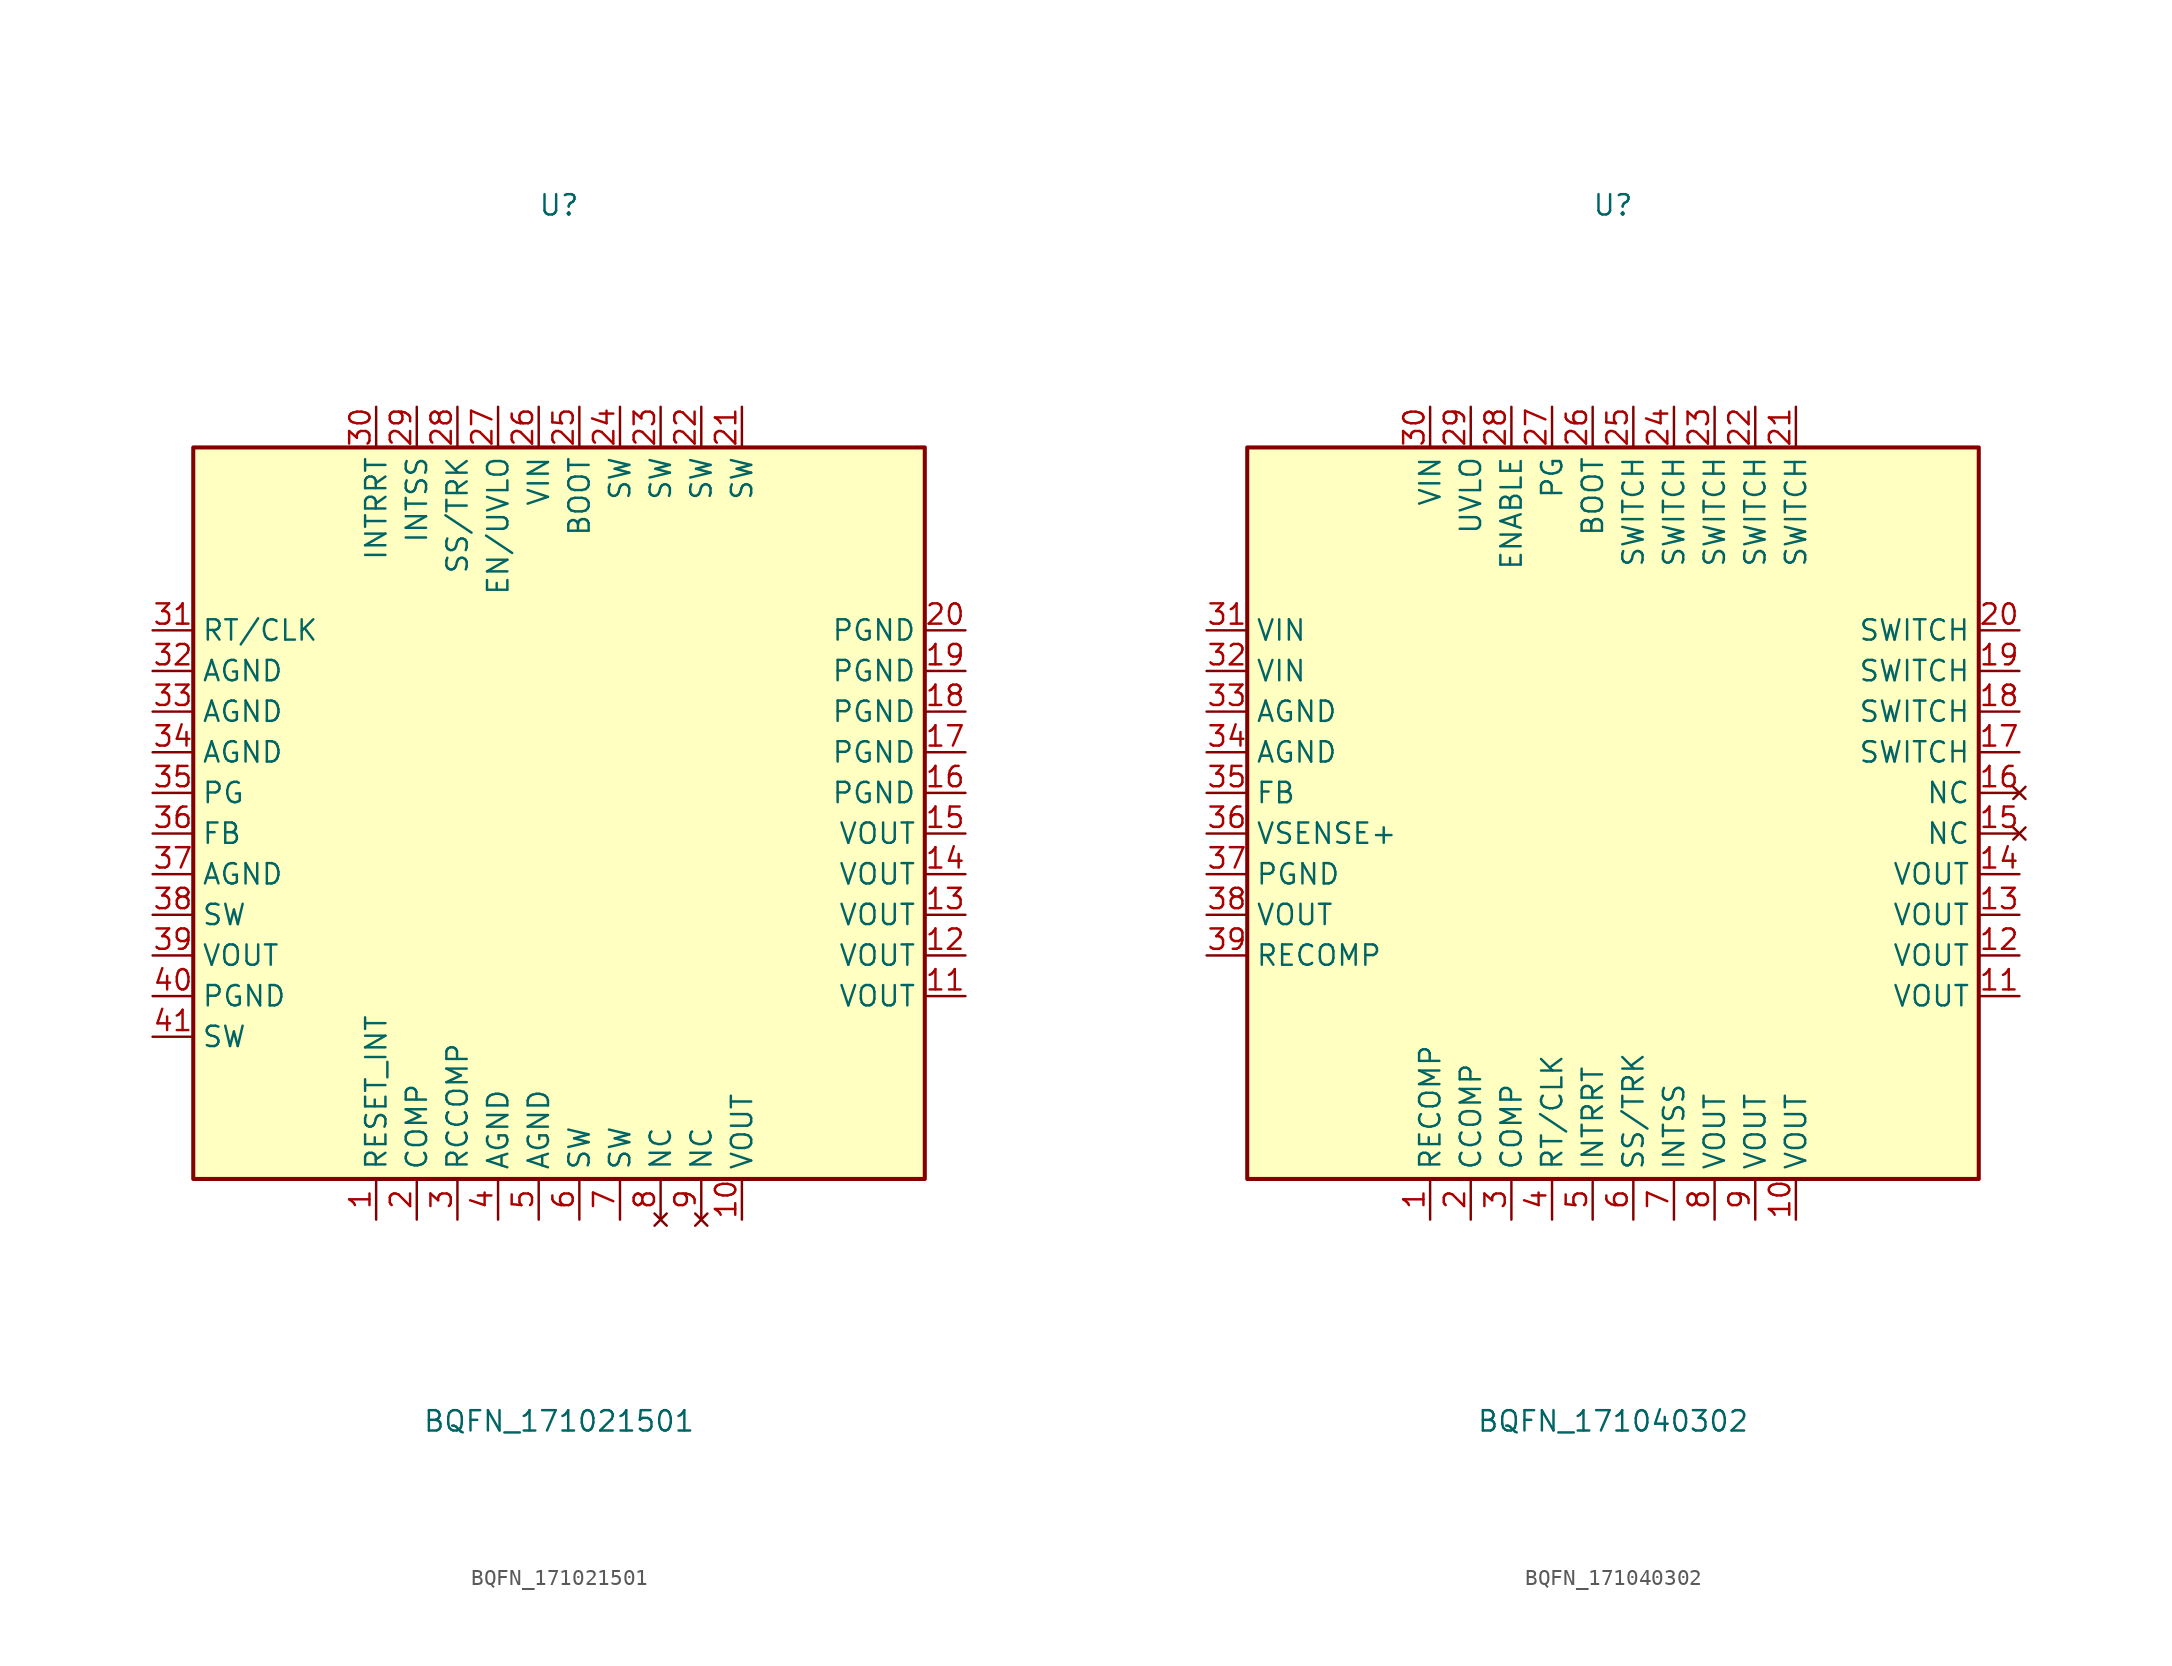
<source format=kicad_sym>
(kicad_symbol_lib
  (version 20220914)
  (generator kicad_symbol_editor)
  (symbol "BQFN_171021501"
    (property "Reference" "U"
      (at 0 38 0)
      (effects (font (size 1.27 1.27))))
    (property "Value" "BQFN_171021501"
      (at 0 -38 0)
      (effects (font (size 1.27 1.27))))
    (symbol "BQFN_171021501_1_1"
      (rectangle (start -22.86 22.86) (end 22.86 -22.86) (stroke (width 0.254) (type solid)) (fill (type background)))
      (pin input line (at -11.43 -25.4 90) (length 2.54) (name "RESET_INT" (effects (font (size 1.27 1.27)))) (number "1" (effects (font (size 1.27 1.27)))))
      (pin power_out line (at 11.43 -25.4 90) (length 2.54) (name "VOUT" (effects (font (size 1.27 1.27)))) (number "10" (effects (font (size 1.27 1.27)))))
      (pin power_out line (at 25.4 -11.43 180) (length 2.54) (name "VOUT" (effects (font (size 1.27 1.27)))) (number "11" (effects (font (size 1.27 1.27)))))
      (pin power_out line (at 25.4 -8.89 180) (length 2.54) (name "VOUT" (effects (font (size 1.27 1.27)))) (number "12" (effects (font (size 1.27 1.27)))))
      (pin power_out line (at 25.4 -6.35 180) (length 2.54) (name "VOUT" (effects (font (size 1.27 1.27)))) (number "13" (effects (font (size 1.27 1.27)))))
      (pin power_out line (at 25.4 -3.81 180) (length 2.54) (name "VOUT" (effects (font (size 1.27 1.27)))) (number "14" (effects (font (size 1.27 1.27)))))
      (pin power_out line (at 25.4 -1.27 180) (length 2.54) (name "VOUT" (effects (font (size 1.27 1.27)))) (number "15" (effects (font (size 1.27 1.27)))))
      (pin power_in line (at 25.4 1.27 180) (length 2.54) (name "PGND" (effects (font (size 1.27 1.27)))) (number "16" (effects (font (size 1.27 1.27)))))
      (pin power_in line (at 25.4 3.81 180) (length 2.54) (name "PGND" (effects (font (size 1.27 1.27)))) (number "17" (effects (font (size 1.27 1.27)))))
      (pin power_in line (at 25.4 6.35 180) (length 2.54) (name "PGND" (effects (font (size 1.27 1.27)))) (number "18" (effects (font (size 1.27 1.27)))))
      (pin power_in line (at 25.4 8.89 180) (length 2.54) (name "PGND" (effects (font (size 1.27 1.27)))) (number "19" (effects (font (size 1.27 1.27)))))
      (pin output line (at -8.89 -25.4 90) (length 2.54) (name "COMP" (effects (font (size 1.27 1.27)))) (number "2" (effects (font (size 1.27 1.27)))))
      (pin power_in line (at 25.4 11.43 180) (length 2.54) (name "PGND" (effects (font (size 1.27 1.27)))) (number "20" (effects (font (size 1.27 1.27)))))
      (pin power_in line (at 11.43 25.4 270) (length 2.54) (name "SW" (effects (font (size 1.27 1.27)))) (number "21" (effects (font (size 1.27 1.27)))))
      (pin power_in line (at 8.89 25.4 270) (length 2.54) (name "SW" (effects (font (size 1.27 1.27)))) (number "22" (effects (font (size 1.27 1.27)))))
      (pin power_in line (at 6.35 25.4 270) (length 2.54) (name "SW" (effects (font (size 1.27 1.27)))) (number "23" (effects (font (size 1.27 1.27)))))
      (pin power_in line (at 3.81 25.4 270) (length 2.54) (name "SW" (effects (font (size 1.27 1.27)))) (number "24" (effects (font (size 1.27 1.27)))))
      (pin input line (at 1.27 25.4 270) (length 2.54) (name "BOOT" (effects (font (size 1.27 1.27)))) (number "25" (effects (font (size 1.27 1.27)))))
      (pin power_in line (at -1.27 25.4 270) (length 2.54) (name "VIN" (effects (font (size 1.27 1.27)))) (number "26" (effects (font (size 1.27 1.27)))))
      (pin input line (at -3.81 25.4 270) (length 2.54) (name "EN/UVLO" (effects (font (size 1.27 1.27)))) (number "27" (effects (font (size 1.27 1.27)))))
      (pin input line (at -6.35 25.4 270) (length 2.54) (name "SS/TRK" (effects (font (size 1.27 1.27)))) (number "28" (effects (font (size 1.27 1.27)))))
      (pin input line (at -8.89 25.4 270) (length 2.54) (name "INTSS" (effects (font (size 1.27 1.27)))) (number "29" (effects (font (size 1.27 1.27)))))
      (pin input line (at -6.35 -25.4 90) (length 2.54) (name "RCCOMP" (effects (font (size 1.27 1.27)))) (number "3" (effects (font (size 1.27 1.27)))))
      (pin input line (at -11.43 25.4 270) (length 2.54) (name "INTRRT" (effects (font (size 1.27 1.27)))) (number "30" (effects (font (size 1.27 1.27)))))
      (pin input line (at -25.4 11.43 0) (length 2.54) (name "RT/CLK" (effects (font (size 1.27 1.27)))) (number "31" (effects (font (size 1.27 1.27)))))
      (pin power_in line (at -25.4 8.89 0) (length 2.54) (name "AGND" (effects (font (size 1.27 1.27)))) (number "32" (effects (font (size 1.27 1.27)))))
      (pin power_in line (at -25.4 6.35 0) (length 2.54) (name "AGND" (effects (font (size 1.27 1.27)))) (number "33" (effects (font (size 1.27 1.27)))))
      (pin power_in line (at -25.4 3.81 0) (length 2.54) (name "AGND" (effects (font (size 1.27 1.27)))) (number "34" (effects (font (size 1.27 1.27)))))
      (pin output line (at -25.4 1.27 0) (length 2.54) (name "PG" (effects (font (size 1.27 1.27)))) (number "35" (effects (font (size 1.27 1.27)))))
      (pin input line (at -25.4 -1.27 0) (length 2.54) (name "FB" (effects (font (size 1.27 1.27)))) (number "36" (effects (font (size 1.27 1.27)))))
      (pin power_in line (at -25.4 -3.81 0) (length 2.54) (name "AGND" (effects (font (size 1.27 1.27)))) (number "37" (effects (font (size 1.27 1.27)))))
      (pin power_in line (at -25.4 -6.35 0) (length 2.54) (name "SW" (effects (font (size 1.27 1.27)))) (number "38" (effects (font (size 1.27 1.27)))))
      (pin power_out line (at -25.4 -8.89 0) (length 2.54) (name "VOUT" (effects (font (size 1.27 1.27)))) (number "39" (effects (font (size 1.27 1.27)))))
      (pin power_in line (at -3.81 -25.4 90) (length 2.54) (name "AGND" (effects (font (size 1.27 1.27)))) (number "4" (effects (font (size 1.27 1.27)))))
      (pin power_in line (at -25.4 -11.43 0) (length 2.54) (name "PGND" (effects (font (size 1.27 1.27)))) (number "40" (effects (font (size 1.27 1.27)))))
      (pin power_in line (at -25.403 -13.971 0) (length 2.54) (name "SW" (effects (font (size 1.27 1.27)))) (number "41" (effects (font (size 1.27 1.27)))))
      (pin power_in line (at -1.27 -25.4 90) (length 2.54) (name "AGND" (effects (font (size 1.27 1.27)))) (number "5" (effects (font (size 1.27 1.27)))))
      (pin power_in line (at 1.27 -25.4 90) (length 2.54) (name "SW" (effects (font (size 1.27 1.27)))) (number "6" (effects (font (size 1.27 1.27)))))
      (pin power_in line (at 3.81 -25.4 90) (length 2.54) (name "SW" (effects (font (size 1.27 1.27)))) (number "7" (effects (font (size 1.27 1.27)))))
      (pin no_connect line (at 6.35 -25.4 90) (length 2.54) (name "NC" (effects (font (size 1.27 1.27)))) (number "8" (effects (font (size 1.27 1.27)))))
      (pin no_connect line (at 8.89 -25.4 90) (length 2.54) (name "NC" (effects (font (size 1.27 1.27)))) (number "9" (effects (font (size 1.27 1.27)))))))
  (symbol "BQFN_171040302"
    (property "Reference" "U"
      (at 0 38 0)
      (effects (font (size 1.27 1.27))))
    (property "Value" "BQFN_171040302"
      (at 0 -38 0)
      (effects (font (size 1.27 1.27))))
    (symbol "BQFN_171040302_1_1"
      (rectangle (start -22.86 22.86) (end 22.86 -22.86) (stroke (width 0.254) (type solid)) (fill (type background)))
      (pin input line (at -11.43 -25.4 90) (length 2.54) (name "RECOMP" (effects (font (size 1.27 1.27)))) (number "1" (effects (font (size 1.27 1.27)))))
      (pin power_out line (at 11.43 -25.4 90) (length 2.54) (name "VOUT" (effects (font (size 1.27 1.27)))) (number "10" (effects (font (size 1.27 1.27)))))
      (pin power_out line (at 25.4 -11.43 180) (length 2.54) (name "VOUT" (effects (font (size 1.27 1.27)))) (number "11" (effects (font (size 1.27 1.27)))))
      (pin power_out line (at 25.4 -8.89 180) (length 2.54) (name "VOUT" (effects (font (size 1.27 1.27)))) (number "12" (effects (font (size 1.27 1.27)))))
      (pin power_out line (at 25.4 -6.35 180) (length 2.54) (name "VOUT" (effects (font (size 1.27 1.27)))) (number "13" (effects (font (size 1.27 1.27)))))
      (pin power_out line (at 25.4 -3.81 180) (length 2.54) (name "VOUT" (effects (font (size 1.27 1.27)))) (number "14" (effects (font (size 1.27 1.27)))))
      (pin no_connect line (at 25.4 -1.27 180) (length 2.54) (name "NC" (effects (font (size 1.27 1.27)))) (number "15" (effects (font (size 1.27 1.27)))))
      (pin no_connect line (at 25.4 1.27 180) (length 2.54) (name "NC" (effects (font (size 1.27 1.27)))) (number "16" (effects (font (size 1.27 1.27)))))
      (pin power_in line (at 25.4 3.81 180) (length 2.54) (name "SWITCH" (effects (font (size 1.27 1.27)))) (number "17" (effects (font (size 1.27 1.27)))))
      (pin power_in line (at 25.4 6.35 180) (length 2.54) (name "SWITCH" (effects (font (size 1.27 1.27)))) (number "18" (effects (font (size 1.27 1.27)))))
      (pin power_in line (at 25.4 8.89 180) (length 2.54) (name "SWITCH" (effects (font (size 1.27 1.27)))) (number "19" (effects (font (size 1.27 1.27)))))
      (pin input line (at -8.89 -25.4 90) (length 2.54) (name "CCOMP" (effects (font (size 1.27 1.27)))) (number "2" (effects (font (size 1.27 1.27)))))
      (pin power_in line (at 25.4 11.43 180) (length 2.54) (name "SWITCH" (effects (font (size 1.27 1.27)))) (number "20" (effects (font (size 1.27 1.27)))))
      (pin power_in line (at 11.43 25.4 270) (length 2.54) (name "SWITCH" (effects (font (size 1.27 1.27)))) (number "21" (effects (font (size 1.27 1.27)))))
      (pin power_in line (at 8.89 25.4 270) (length 2.54) (name "SWITCH" (effects (font (size 1.27 1.27)))) (number "22" (effects (font (size 1.27 1.27)))))
      (pin power_in line (at 6.35 25.4 270) (length 2.54) (name "SWITCH" (effects (font (size 1.27 1.27)))) (number "23" (effects (font (size 1.27 1.27)))))
      (pin power_in line (at 3.81 25.4 270) (length 2.54) (name "SWITCH" (effects (font (size 1.27 1.27)))) (number "24" (effects (font (size 1.27 1.27)))))
      (pin power_in line (at 1.27 25.4 270) (length 2.54) (name "SWITCH" (effects (font (size 1.27 1.27)))) (number "25" (effects (font (size 1.27 1.27)))))
      (pin input line (at -1.27 25.4 270) (length 2.54) (name "BOOT" (effects (font (size 1.27 1.27)))) (number "26" (effects (font (size 1.27 1.27)))))
      (pin output line (at -3.81 25.4 270) (length 2.54) (name "PG" (effects (font (size 1.27 1.27)))) (number "27" (effects (font (size 1.27 1.27)))))
      (pin input line (at -6.35 25.4 270) (length 2.54) (name "ENABLE" (effects (font (size 1.27 1.27)))) (number "28" (effects (font (size 1.27 1.27)))))
      (pin input line (at -8.89 25.4 270) (length 2.54) (name "UVLO" (effects (font (size 1.27 1.27)))) (number "29" (effects (font (size 1.27 1.27)))))
      (pin output line (at -6.35 -25.4 90) (length 2.54) (name "COMP" (effects (font (size 1.27 1.27)))) (number "3" (effects (font (size 1.27 1.27)))))
      (pin power_in line (at -11.43 25.4 270) (length 2.54) (name "VIN" (effects (font (size 1.27 1.27)))) (number "30" (effects (font (size 1.27 1.27)))))
      (pin power_in line (at -25.4 11.43 0) (length 2.54) (name "VIN" (effects (font (size 1.27 1.27)))) (number "31" (effects (font (size 1.27 1.27)))))
      (pin power_in line (at -25.4 8.89 0) (length 2.54) (name "VIN" (effects (font (size 1.27 1.27)))) (number "32" (effects (font (size 1.27 1.27)))))
      (pin power_in line (at -25.4 6.35 0) (length 2.54) (name "AGND" (effects (font (size 1.27 1.27)))) (number "33" (effects (font (size 1.27 1.27)))))
      (pin power_in line (at -25.4 3.81 0) (length 2.54) (name "AGND" (effects (font (size 1.27 1.27)))) (number "34" (effects (font (size 1.27 1.27)))))
      (pin input line (at -25.4 1.27 0) (length 2.54) (name "FB" (effects (font (size 1.27 1.27)))) (number "35" (effects (font (size 1.27 1.27)))))
      (pin input line (at -25.4 -1.27 0) (length 2.54) (name "VSENSE+" (effects (font (size 1.27 1.27)))) (number "36" (effects (font (size 1.27 1.27)))))
      (pin power_in line (at -25.4 -3.81 0) (length 2.54) (name "PGND" (effects (font (size 1.27 1.27)))) (number "37" (effects (font (size 1.27 1.27)))))
      (pin power_out line (at -25.4 -6.35 0) (length 2.54) (name "VOUT" (effects (font (size 1.27 1.27)))) (number "38" (effects (font (size 1.27 1.27)))))
      (pin bidirectional line (at -25.4 -8.89 0) (length 2.54) (name "RECOMP" (effects (font (size 1.27 1.27)))) (number "39" (effects (font (size 1.27 1.27)))))
      (pin input line (at -3.81 -25.4 90) (length 2.54) (name "RT/CLK" (effects (font (size 1.27 1.27)))) (number "4" (effects (font (size 1.27 1.27)))))
      (pin input line (at -1.27 -25.4 90) (length 2.54) (name "INTRRT" (effects (font (size 1.27 1.27)))) (number "5" (effects (font (size 1.27 1.27)))))
      (pin input line (at 1.27 -25.4 90) (length 2.54) (name "SS/TRK" (effects (font (size 1.27 1.27)))) (number "6" (effects (font (size 1.27 1.27)))))
      (pin input line (at 3.81 -25.4 90) (length 2.54) (name "INTSS" (effects (font (size 1.27 1.27)))) (number "7" (effects (font (size 1.27 1.27)))))
      (pin power_out line (at 6.35 -25.4 90) (length 2.54) (name "VOUT" (effects (font (size 1.27 1.27)))) (number "8" (effects (font (size 1.27 1.27)))))
      (pin power_out line (at 8.89 -25.4 90) (length 2.54) (name "VOUT" (effects (font (size 1.27 1.27)))) (number "9" (effects (font (size 1.27 1.27))))))))
</source>
